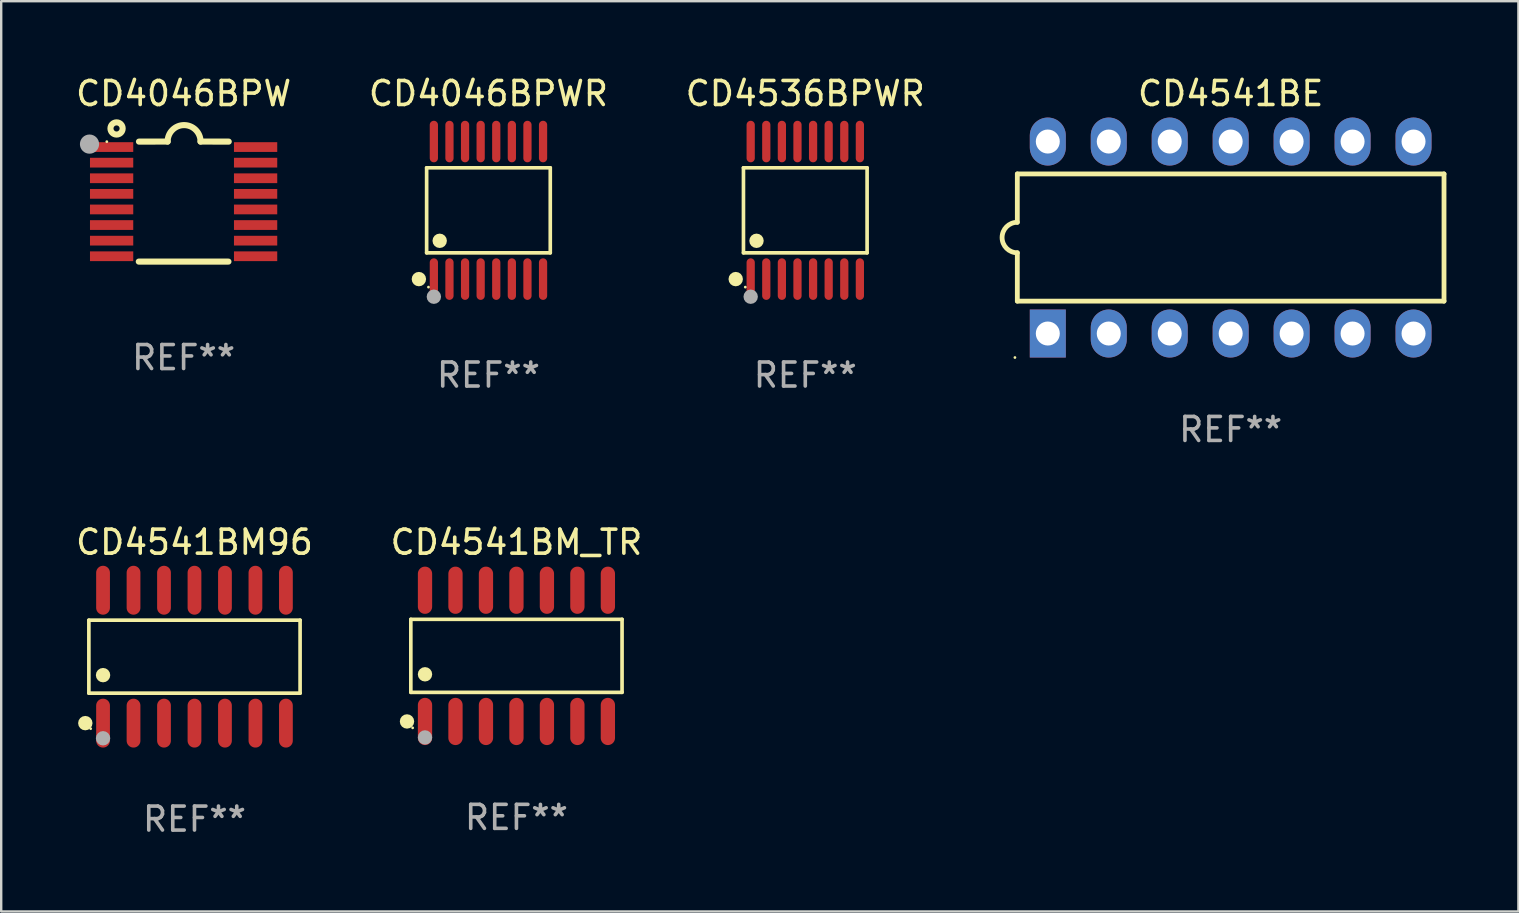
<source format=kicad_pcb>
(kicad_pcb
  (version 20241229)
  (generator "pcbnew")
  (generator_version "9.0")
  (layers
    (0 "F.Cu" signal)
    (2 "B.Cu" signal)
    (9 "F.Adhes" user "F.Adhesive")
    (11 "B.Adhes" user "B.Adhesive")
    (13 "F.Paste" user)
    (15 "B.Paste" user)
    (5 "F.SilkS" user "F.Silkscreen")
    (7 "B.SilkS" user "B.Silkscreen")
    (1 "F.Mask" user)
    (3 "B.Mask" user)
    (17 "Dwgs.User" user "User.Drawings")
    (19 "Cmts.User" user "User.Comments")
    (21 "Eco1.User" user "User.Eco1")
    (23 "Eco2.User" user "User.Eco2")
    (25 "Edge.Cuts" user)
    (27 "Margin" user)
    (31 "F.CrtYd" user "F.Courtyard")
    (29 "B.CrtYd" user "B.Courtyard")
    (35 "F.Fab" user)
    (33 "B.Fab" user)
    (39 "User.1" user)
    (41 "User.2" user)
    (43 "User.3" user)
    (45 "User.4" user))
  (footprint "CD4046BPWR"
    (layer "F.Cu")
    (at 17.304 5.714)
    (property "Reference" "CD4046BPWR" (at 0 -4.866 0) (layer "F.SilkS") (effects (font (size 1 1) (thickness 0.15))))
    (attr through_hole)
    (fp_line (start -2.576 -1.772) (end 2.576 -1.772) (stroke (width 0.152) (type solid)) (layer "F.SilkS"))
    (fp_line (start -2.576 1.771) (end -2.576 -1.772) (stroke (width 0.152) (type solid)) (layer "F.SilkS"))
    (fp_line (start 2.576 -1.772) (end 2.576 1.771) (stroke (width 0.152) (type solid)) (layer "F.SilkS"))
    (fp_line (start 2.576 1.771) (end -2.576 1.771) (stroke (width 0.152) (type solid)) (layer "F.SilkS"))
    (fp_circle (center -2.899 2.866) (end -2.749 2.866) (stroke (width 0.3) (type solid)) (fill no) (layer "F.SilkS"))
    (fp_circle (center -2.5 3.2) (end -2.47 3.2) (stroke (width 0.06) (type solid)) (fill no) (layer "F.SilkS"))
    (fp_circle (center -2.032 1.27) (end -1.882 1.27) (stroke (width 0.3) (type solid)) (fill no) (layer "F.SilkS"))
    (fp_circle (center -2.275 3.6) (end -2.125 3.6) (stroke (width 0.3) (type solid)) (fill no) (layer "F.Fab"))
    (fp_text user "REF**" (at 0 6.866 0) (layer "F.Fab") (effects (font (size 1 1) (thickness 0.15))))
    (pad "1" smd oval (at -2.275 2.866) (size 0.343 1.731) (layers "F.Cu" "F.Mask" "F.Paste"))
    (pad "2" smd oval (at -1.625 2.866) (size 0.343 1.731) (layers "F.Cu" "F.Mask" "F.Paste"))
    (pad "3" smd oval (at -0.975 2.866) (size 0.343 1.731) (layers "F.Cu" "F.Mask" "F.Paste"))
    (pad "4" smd oval (at -0.325 2.866) (size 0.343 1.731) (layers "F.Cu" "F.Mask" "F.Paste"))
    (pad "5" smd oval (at 0.325 2.866) (size 0.343 1.731) (layers "F.Cu" "F.Mask" "F.Paste"))
    (pad "6" smd oval (at 0.975 2.866) (size 0.343 1.731) (layers "F.Cu" "F.Mask" "F.Paste"))
    (pad "7" smd oval (at 1.625 2.866) (size 0.343 1.731) (layers "F.Cu" "F.Mask" "F.Paste"))
    (pad "8" smd oval (at 2.275 2.866) (size 0.343 1.731) (layers "F.Cu" "F.Mask" "F.Paste"))
    (pad "9" smd oval (at 2.275 -2.866) (size 0.343 1.731) (layers "F.Cu" "F.Mask" "F.Paste"))
    (pad "10" smd oval (at 1.625 -2.866) (size 0.343 1.731) (layers "F.Cu" "F.Mask" "F.Paste"))
    (pad "11" smd oval (at 0.975 -2.866) (size 0.343 1.731) (layers "F.Cu" "F.Mask" "F.Paste"))
    (pad "12" smd oval (at 0.325 -2.866) (size 0.343 1.731) (layers "F.Cu" "F.Mask" "F.Paste"))
    (pad "13" smd oval (at -0.325 -2.866) (size 0.343 1.731) (layers "F.Cu" "F.Mask" "F.Paste"))
    (pad "14" smd oval (at -0.975 -2.866) (size 0.343 1.731) (layers "F.Cu" "F.Mask" "F.Paste"))
    (pad "15" smd oval (at -1.625 -2.866) (size 0.343 1.731) (layers "F.Cu" "F.Mask" "F.Paste"))
    (pad "16" smd oval (at -2.275 -2.866) (size 0.343 1.731) (layers "F.Cu" "F.Mask" "F.Paste")))
  (footprint "CD4541BM96"
    (layer "F.Cu")
    (at 5.054 24.314)
    (property "Reference" "CD4541BM96" (at 0 -4.769 0) (layer "F.SilkS") (effects (font (size 1 1) (thickness 0.15))))
    (attr through_hole)
    (fp_line (start -4.401 -1.521) (end 4.401 -1.521) (stroke (width 0.152) (type solid)) (layer "F.SilkS"))
    (fp_line (start -4.401 1.521) (end -4.401 -1.521) (stroke (width 0.152) (type solid)) (layer "F.SilkS"))
    (fp_line (start 4.401 -1.521) (end 4.401 1.521) (stroke (width 0.152) (type solid)) (layer "F.SilkS"))
    (fp_line (start 4.401 1.521) (end -4.401 1.521) (stroke (width 0.152) (type solid)) (layer "F.SilkS"))
    (fp_circle (center -4.549 2.769) (end -4.399 2.769) (stroke (width 0.3) (type solid)) (fill no) (layer "F.SilkS"))
    (fp_circle (center -4.325 3) (end -4.295 3) (stroke (width 0.06) (type solid)) (fill no) (layer "F.SilkS"))
    (fp_circle (center -3.81 0.769) (end -3.66 0.769) (stroke (width 0.3) (type solid)) (fill no) (layer "F.SilkS"))
    (fp_circle (center -3.81 3.4) (end -3.66 3.4) (stroke (width 0.3) (type solid)) (fill no) (layer "F.Fab"))
    (fp_text user "REF**" (at 0 6.769 0) (layer "F.Fab") (effects (font (size 1 1) (thickness 0.15))))
    (pad "1" smd oval (at -3.81 2.769) (size 0.574 2.038) (layers "F.Cu" "F.Mask" "F.Paste"))
    (pad "2" smd oval (at -2.54 2.769) (size 0.574 2.038) (layers "F.Cu" "F.Mask" "F.Paste"))
    (pad "3" smd oval (at -1.27 2.769) (size 0.574 2.038) (layers "F.Cu" "F.Mask" "F.Paste"))
    (pad "4" smd oval (at 0 2.769) (size 0.574 2.038) (layers "F.Cu" "F.Mask" "F.Paste"))
    (pad "5" smd oval (at 1.27 2.769) (size 0.574 2.038) (layers "F.Cu" "F.Mask" "F.Paste"))
    (pad "6" smd oval (at 2.54 2.769) (size 0.574 2.038) (layers "F.Cu" "F.Mask" "F.Paste"))
    (pad "7" smd oval (at 3.81 2.769) (size 0.574 2.038) (layers "F.Cu" "F.Mask" "F.Paste"))
    (pad "8" smd oval (at 3.81 -2.769) (size 0.574 2.038) (layers "F.Cu" "F.Mask" "F.Paste"))
    (pad "9" smd oval (at 2.54 -2.769) (size 0.574 2.038) (layers "F.Cu" "F.Mask" "F.Paste"))
    (pad "10" smd oval (at 1.27 -2.769) (size 0.574 2.038) (layers "F.Cu" "F.Mask" "F.Paste"))
    (pad "11" smd oval (at 0 -2.769) (size 0.574 2.038) (layers "F.Cu" "F.Mask" "F.Paste"))
    (pad "12" smd oval (at -1.27 -2.769) (size 0.574 2.038) (layers "F.Cu" "F.Mask" "F.Paste"))
    (pad "13" smd oval (at -2.54 -2.769) (size 0.574 2.038) (layers "F.Cu" "F.Mask" "F.Paste"))
    (pad "14" smd oval (at -3.81 -2.769) (size 0.574 2.038) (layers "F.Cu" "F.Mask" "F.Paste")))
  (footprint "CD4541BE"
    (layer "F.Cu")
    (at 48.232 6.848)
    (property "Reference" "CD4541BE" (at 0 -6 0) (layer "F.SilkS") (effects (font (size 1 1) (thickness 0.15))))
    (attr through_hole)
    (fp_line (start -8.89 -2.65) (end -8.89 -0.635) (stroke (width 0.2) (type solid)) (layer "F.SilkS"))
    (fp_line (start -8.89 0.635) (end -8.89 2.65) (stroke (width 0.2) (type solid)) (layer "F.SilkS"))
    (fp_line (start -8.89 2.65) (end 8.89 2.65) (stroke (width 0.2) (type solid)) (layer "F.SilkS"))
    (fp_line (start 8.89 -2.65) (end -8.89 -2.65) (stroke (width 0.2) (type solid)) (layer "F.SilkS"))
    (fp_line (start 8.89 2.65) (end 8.89 -2.65) (stroke (width 0.2) (type solid)) (layer "F.SilkS"))
    (fp_arc (start -8.890018 0.635001) (mid -9.525019 0) (end -8.890018 -0.635001) (stroke (width 0.2) (type solid)) (layer "F.SilkS"))
    (fp_circle (center -8.99 5) (end -8.96 5) (stroke (width 0.06) (type solid)) (fill no) (layer "F.SilkS"))
    (fp_text user "REF**" (at 0 8 0) (layer "F.Fab") (effects (font (size 1 1) (thickness 0.15))))
    (pad "1" thru_hole rect (at -7.62 4 90) (size 2 1.5) (drill 1) (layers "*.Cu" "*.Mask"))
    (pad "2" thru_hole oval (at -5.08 4 90) (size 2 1.5) (drill 1) (layers "*.Cu" "*.Mask"))
    (pad "3" thru_hole oval (at -2.54 4 90) (size 2 1.5) (drill 1) (layers "*.Cu" "*.Mask"))
    (pad "4" thru_hole oval (at 0 4 90) (size 2 1.5) (drill 1) (layers "*.Cu" "*.Mask"))
    (pad "5" thru_hole oval (at 2.54 4 90) (size 2 1.5) (drill 1) (layers "*.Cu" "*.Mask"))
    (pad "6" thru_hole oval (at 5.08 4 90) (size 2 1.5) (drill 1) (layers "*.Cu" "*.Mask"))
    (pad "7" thru_hole oval (at 7.62 4 90) (size 2 1.5) (drill 1) (layers "*.Cu" "*.Mask"))
    (pad "8" thru_hole oval (at 7.62 -4 90) (size 2 1.5) (drill 1) (layers "*.Cu" "*.Mask"))
    (pad "9" thru_hole oval (at 5.08 -4 90) (size 2 1.5) (drill 1) (layers "*.Cu" "*.Mask"))
    (pad "10" thru_hole oval (at 2.54 -4 90) (size 2 1.5) (drill 1) (layers "*.Cu" "*.Mask"))
    (pad "11" thru_hole oval (at 0 -4 90) (size 2 1.5) (drill 1) (layers "*.Cu" "*.Mask"))
    (pad "12" thru_hole oval (at -2.54 -4 90) (size 2 1.5) (drill 1) (layers "*.Cu" "*.Mask"))
    (pad "13" thru_hole oval (at -5.08 -4 90) (size 2 1.5) (drill 1) (layers "*.Cu" "*.Mask"))
    (pad "14" thru_hole oval (at -7.62 -4 90) (size 2 1.5) (drill 1) (layers "*.Cu" "*.Mask")))
  (footprint "CD4536BPWR"
    (layer "F.Cu")
    (at 30.506 5.714)
    (property "Reference" "CD4536BPWR" (at 0 -4.866 0) (layer "F.SilkS") (effects (font (size 1 1) (thickness 0.15))))
    (attr through_hole)
    (fp_line (start -2.576 -1.772) (end 2.576 -1.772) (stroke (width 0.152) (type solid)) (layer "F.SilkS"))
    (fp_line (start -2.576 1.771) (end -2.576 -1.772) (stroke (width 0.152) (type solid)) (layer "F.SilkS"))
    (fp_line (start 2.576 -1.772) (end 2.576 1.771) (stroke (width 0.152) (type solid)) (layer "F.SilkS"))
    (fp_line (start 2.576 1.771) (end -2.576 1.771) (stroke (width 0.152) (type solid)) (layer "F.SilkS"))
    (fp_circle (center -2.899 2.866) (end -2.749 2.866) (stroke (width 0.3) (type solid)) (fill no) (layer "F.SilkS"))
    (fp_circle (center -2.5 3.2) (end -2.47 3.2) (stroke (width 0.06) (type solid)) (fill no) (layer "F.SilkS"))
    (fp_circle (center -2.032 1.27) (end -1.882 1.27) (stroke (width 0.3) (type solid)) (fill no) (layer "F.SilkS"))
    (fp_circle (center -2.275 3.6) (end -2.125 3.6) (stroke (width 0.3) (type solid)) (fill no) (layer "F.Fab"))
    (fp_text user "REF**" (at 0 6.866 0) (layer "F.Fab") (effects (font (size 1 1) (thickness 0.15))))
    (pad "1" smd oval (at -2.275 2.866) (size 0.343 1.731) (layers "F.Cu" "F.Mask" "F.Paste"))
    (pad "2" smd oval (at -1.625 2.866) (size 0.343 1.731) (layers "F.Cu" "F.Mask" "F.Paste"))
    (pad "3" smd oval (at -0.975 2.866) (size 0.343 1.731) (layers "F.Cu" "F.Mask" "F.Paste"))
    (pad "4" smd oval (at -0.325 2.866) (size 0.343 1.731) (layers "F.Cu" "F.Mask" "F.Paste"))
    (pad "5" smd oval (at 0.325 2.866) (size 0.343 1.731) (layers "F.Cu" "F.Mask" "F.Paste"))
    (pad "6" smd oval (at 0.975 2.866) (size 0.343 1.731) (layers "F.Cu" "F.Mask" "F.Paste"))
    (pad "7" smd oval (at 1.625 2.866) (size 0.343 1.731) (layers "F.Cu" "F.Mask" "F.Paste"))
    (pad "8" smd oval (at 2.275 2.866) (size 0.343 1.731) (layers "F.Cu" "F.Mask" "F.Paste"))
    (pad "9" smd oval (at 2.275 -2.866) (size 0.343 1.731) (layers "F.Cu" "F.Mask" "F.Paste"))
    (pad "10" smd oval (at 1.625 -2.866) (size 0.343 1.731) (layers "F.Cu" "F.Mask" "F.Paste"))
    (pad "11" smd oval (at 0.975 -2.866) (size 0.343 1.731) (layers "F.Cu" "F.Mask" "F.Paste"))
    (pad "12" smd oval (at 0.325 -2.866) (size 0.343 1.731) (layers "F.Cu" "F.Mask" "F.Paste"))
    (pad "13" smd oval (at -0.325 -2.866) (size 0.343 1.731) (layers "F.Cu" "F.Mask" "F.Paste"))
    (pad "14" smd oval (at -0.975 -2.866) (size 0.343 1.731) (layers "F.Cu" "F.Mask" "F.Paste"))
    (pad "15" smd oval (at -1.625 -2.866) (size 0.343 1.731) (layers "F.Cu" "F.Mask" "F.Paste"))
    (pad "16" smd oval (at -2.275 -2.866) (size 0.343 1.731) (layers "F.Cu" "F.Mask" "F.Paste")))
  (footprint "CD4046BPW"
    (layer "F.Cu")
    (at 4.601 5.35)
    (property "Reference" "CD4046BPW" (at 0 -4.501 0) (layer "F.SilkS") (effects (font (size 1 1) (thickness 0.15))))
    (attr through_hole)
    (fp_line (start -1.868 2.501) (end 1.868 2.501) (stroke (width 0.254) (type solid)) (layer "F.SilkS"))
    (fp_line (start -1.86 -2.499) (end -0.666 -2.501) (stroke (width 0.254) (type solid)) (layer "F.SilkS"))
    (fp_line (start 0.706 -2.501) (end 1.88 -2.499) (stroke (width 0.254) (type solid)) (layer "F.SilkS"))
    (fp_arc (start -0.665914 -2.501448) (mid 0.019888 -3.18725) (end 0.70569 -2.501448) (stroke (width 0.254001) (type solid)) (layer "F.SilkS"))
    (fp_circle (center -3.2 -2.497) (end -3.17 -2.497) (stroke (width 0.06) (type solid)) (fill no) (layer "F.SilkS"))
    (fp_circle (center -2.794 -3.047) (end -2.54 -3.047) (stroke (width 0.254) (type solid)) (fill no) (layer "F.SilkS"))
    (fp_circle (center -3.921 -2.395) (end -3.721 -2.395) (stroke (width 0.4) (type solid)) (fill no) (layer "F.Fab"))
    (fp_text user "REF**" (at 0 6.501 0) (layer "F.Fab") (effects (font (size 1 1) (thickness 0.15))))
    (pad "1" smd rect (at -3 -2.272) (size 1.803 0.406) (layers "F.Cu" "F.Mask" "F.Paste"))
    (pad "2" smd rect (at -3 -1.622) (size 1.803 0.406) (layers "F.Cu" "F.Mask" "F.Paste"))
    (pad "3" smd rect (at -3 -0.972) (size 1.803 0.406) (layers "F.Cu" "F.Mask" "F.Paste"))
    (pad "4" smd rect (at -3 -0.322) (size 1.803 0.406) (layers "F.Cu" "F.Mask" "F.Paste"))
    (pad "5" smd rect (at -3 0.328) (size 1.803 0.406) (layers "F.Cu" "F.Mask" "F.Paste"))
    (pad "6" smd rect (at -3 0.978) (size 1.803 0.406) (layers "F.Cu" "F.Mask" "F.Paste"))
    (pad "7" smd rect (at -3 1.628) (size 1.803 0.406) (layers "F.Cu" "F.Mask" "F.Paste"))
    (pad "8" smd rect (at -3 2.278) (size 1.803 0.406) (layers "F.Cu" "F.Mask" "F.Paste"))
    (pad "9" smd rect (at 3 2.278) (size 1.803 0.406) (layers "F.Cu" "F.Mask" "F.Paste"))
    (pad "10" smd rect (at 3 1.628) (size 1.803 0.406) (layers "F.Cu" "F.Mask" "F.Paste"))
    (pad "11" smd rect (at 3 0.978) (size 1.803 0.406) (layers "F.Cu" "F.Mask" "F.Paste"))
    (pad "12" smd rect (at 3 0.328) (size 1.803 0.406) (layers "F.Cu" "F.Mask" "F.Paste"))
    (pad "13" smd rect (at 3 -0.322) (size 1.803 0.406) (layers "F.Cu" "F.Mask" "F.Paste"))
    (pad "14" smd rect (at 3 -0.972) (size 1.803 0.406) (layers "F.Cu" "F.Mask" "F.Paste"))
    (pad "15" smd rect (at 3 -1.622) (size 1.803 0.406) (layers "F.Cu" "F.Mask" "F.Paste"))
    (pad "16" smd rect (at 3 -2.272) (size 1.803 0.406) (layers "F.Cu" "F.Mask" "F.Paste")))
  (footprint "CD4541BM_TR"
    (layer "F.Cu")
    (at 18.47 24.279)
    (property "Reference" "CD4541BM_TR" (at 0 -4.734 0) (layer "F.SilkS") (effects (font (size 1 1) (thickness 0.15))))
    (attr through_hole)
    (fp_line (start -4.401 -1.521) (end 4.401 -1.521) (stroke (width 0.152) (type solid)) (layer "F.SilkS"))
    (fp_line (start -4.401 1.521) (end -4.401 -1.521) (stroke (width 0.152) (type solid)) (layer "F.SilkS"))
    (fp_line (start 4.401 -1.521) (end 4.401 1.521) (stroke (width 0.152) (type solid)) (layer "F.SilkS"))
    (fp_line (start 4.401 1.521) (end -4.401 1.521) (stroke (width 0.152) (type solid)) (layer "F.SilkS"))
    (fp_circle (center -4.56 2.734) (end -4.41 2.734) (stroke (width 0.3) (type solid)) (fill no) (layer "F.SilkS"))
    (fp_circle (center -4.325 3) (end -4.295 3) (stroke (width 0.06) (type solid)) (fill no) (layer "F.SilkS"))
    (fp_circle (center -3.81 0.769) (end -3.66 0.769) (stroke (width 0.3) (type solid)) (fill no) (layer "F.SilkS"))
    (fp_circle (center -3.81 3.4) (end -3.66 3.4) (stroke (width 0.3) (type solid)) (fill no) (layer "F.Fab"))
    (fp_text user "REF**" (at 0 6.734 0) (layer "F.Fab") (effects (font (size 1 1) (thickness 0.15))))
    (pad "1" smd oval (at -3.81 2.734) (size 0.595 1.968) (layers "F.Cu" "F.Mask" "F.Paste"))
    (pad "2" smd oval (at -2.54 2.734) (size 0.595 1.968) (layers "F.Cu" "F.Mask" "F.Paste"))
    (pad "3" smd oval (at -1.27 2.734) (size 0.595 1.968) (layers "F.Cu" "F.Mask" "F.Paste"))
    (pad "4" smd oval (at 0 2.734) (size 0.595 1.968) (layers "F.Cu" "F.Mask" "F.Paste"))
    (pad "5" smd oval (at 1.27 2.734) (size 0.595 1.968) (layers "F.Cu" "F.Mask" "F.Paste"))
    (pad "6" smd oval (at 2.54 2.734) (size 0.595 1.968) (layers "F.Cu" "F.Mask" "F.Paste"))
    (pad "7" smd oval (at 3.81 2.734) (size 0.595 1.968) (layers "F.Cu" "F.Mask" "F.Paste"))
    (pad "8" smd oval (at 3.81 -2.734) (size 0.595 1.968) (layers "F.Cu" "F.Mask" "F.Paste"))
    (pad "9" smd oval (at 2.54 -2.734) (size 0.595 1.968) (layers "F.Cu" "F.Mask" "F.Paste"))
    (pad "10" smd oval (at 1.27 -2.734) (size 0.595 1.968) (layers "F.Cu" "F.Mask" "F.Paste"))
    (pad "11" smd oval (at 0 -2.734) (size 0.595 1.968) (layers "F.Cu" "F.Mask" "F.Paste"))
    (pad "12" smd oval (at -1.27 -2.734) (size 0.595 1.968) (layers "F.Cu" "F.Mask" "F.Paste"))
    (pad "13" smd oval (at -2.54 -2.734) (size 0.595 1.968) (layers "F.Cu" "F.Mask" "F.Paste"))
    (pad "14" smd oval (at -3.81 -2.734) (size 0.595 1.968) (layers "F.Cu" "F.Mask" "F.Paste")))
  (gr_rect
    (start -3 -3)
    (end 60.222 34.931)
    (stroke (width 0.1) (type default))
    (fill no)
    (layer "Edge.Cuts")))
</source>
